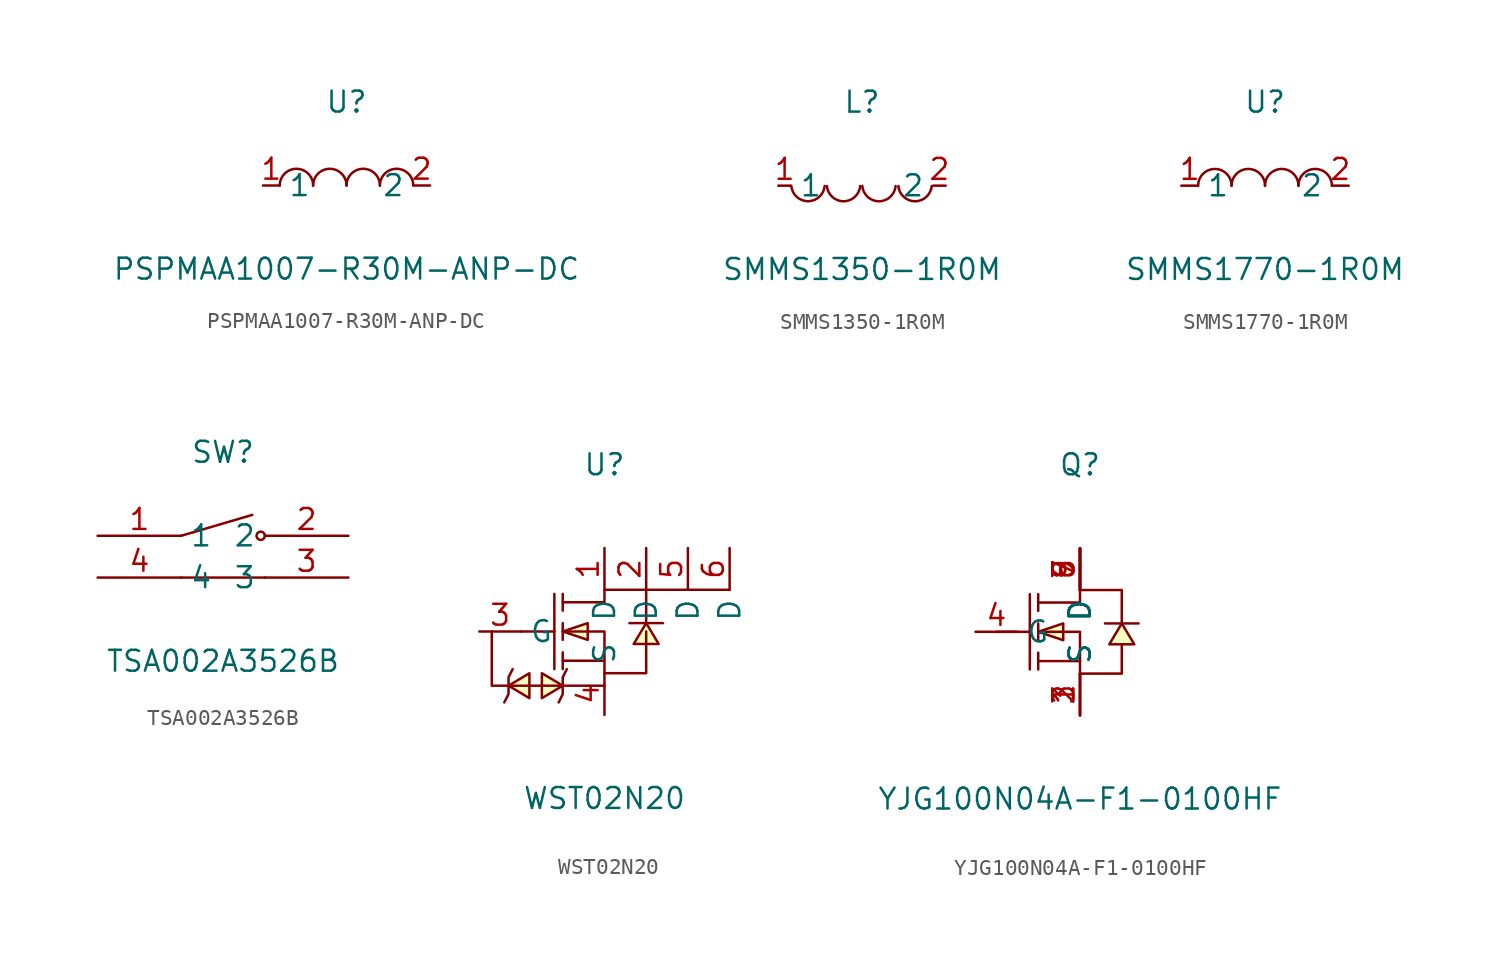
<source format=kicad_sym>
(kicad_symbol_lib
  (version 20211014)
  (generator https://github.com/uPesy/easyeda2kicad.py)
  (symbol "PSPMAA1007-R30M-ANP-DC"
    (property "Reference" "U"
      (at 0 5.08 0)
      (effects (font (size 1.27 1.27))))
    (property "Value" "PSPMAA1007-R30M-ANP-DC"
      (at 0 -5.08 0)
      (effects (font (size 1.27 1.27))))
    (symbol "PSPMAA1007-R30M-ANP-DC_0_1"
      (arc (start -4.06 -0.01) (mid -2.83 0.99) (end -2.03 0.01) (stroke (width 0) (type default) (color 0 0 0 0)) (fill (type none)))
      (arc (start -2.03 -0.01) (mid -0.80 0.99) (end 0.00 0.01) (stroke (width 0) (type default) (color 0 0 0 0)) (fill (type none)))
      (arc (start 2.03 -0.01) (mid 3.26 0.99) (end 4.06 0.01) (stroke (width 0) (type default) (color 0 0 0 0)) (fill (type none)))
      (arc (start 0.00 -0.01) (mid 1.23 0.99) (end 2.03 0.01) (stroke (width 0) (type default) (color 0 0 0 0)) (fill (type none)))
      (pin unspecified line (at 5.08 -0.00 180) (length 1.016) (name "2" (effects (font (size 1.27 1.27)))) (number "2" (effects (font (size 1.27 1.27)))))
      (pin unspecified line (at -5.08 -0.00 0) (length 1.016) (name "1" (effects (font (size 1.27 1.27)))) (number "1" (effects (font (size 1.27 1.27)))))))
  (symbol "SMMS1350-1R0M"
    (property "Reference" "L"
      (at 0 5.08 0)
      (effects (font (size 1.27 1.27))))
    (property "Value" "SMMS1350-1R0M"
      (at 0 -5.08 0)
      (effects (font (size 1.27 1.27))))
    (symbol "SMMS1350-1R0M_0_1"
      (arc (start -4.29 -0.02) (mid -2.81 -1.01) (end -2.27 -0.02) (stroke (width 0) (type default) (color 0 0 0 0)) (fill (type none)))
      (arc (start -2.13 -0.02) (mid -0.66 -1.01) (end -0.11 -0.02) (stroke (width 0) (type default) (color 0 0 0 0)) (fill (type none)))
      (arc (start 0.02 -0.02) (mid 1.49 -1.01) (end 2.04 -0.02) (stroke (width 0) (type default) (color 0 0 0 0)) (fill (type none)))
      (arc (start 2.21 -0.02) (mid 3.68 -1.01) (end 4.23 -0.02) (stroke (width 0) (type default) (color 0 0 0 0)) (fill (type none)))
      (pin unspecified line (at 5.08 -0.00 180) (length 0.762) (name "2" (effects (font (size 1.27 1.27)))) (number "2" (effects (font (size 1.27 1.27)))))
      (pin unspecified line (at -5.08 -0.00 0) (length 0.762) (name "1" (effects (font (size 1.27 1.27)))) (number "1" (effects (font (size 1.27 1.27)))))))
  (symbol "SMMS1770-1R0M"
    (property "Reference" "U"
      (at 0 5.08 0)
      (effects (font (size 1.27 1.27))))
    (property "Value" "SMMS1770-1R0M"
      (at 0 -5.08 0)
      (effects (font (size 1.27 1.27))))
    (symbol "SMMS1770-1R0M_0_1"
      (arc (start -4.06 -0.01) (mid -2.83 0.99) (end -2.03 0.01) (stroke (width 0) (type default) (color 0 0 0 0)) (fill (type none)))
      (arc (start -2.03 -0.01) (mid -0.80 0.99) (end 0.00 0.01) (stroke (width 0) (type default) (color 0 0 0 0)) (fill (type none)))
      (arc (start 2.03 -0.01) (mid 3.26 0.99) (end 4.06 0.01) (stroke (width 0) (type default) (color 0 0 0 0)) (fill (type none)))
      (arc (start 0.00 -0.01) (mid 1.23 0.99) (end 2.03 0.01) (stroke (width 0) (type default) (color 0 0 0 0)) (fill (type none)))
      (pin unspecified line (at 5.08 -0.00 180) (length 1.016) (name "2" (effects (font (size 1.27 1.27)))) (number "2" (effects (font (size 1.27 1.27)))))
      (pin unspecified line (at -5.08 -0.00 0) (length 1.016) (name "1" (effects (font (size 1.27 1.27)))) (number "1" (effects (font (size 1.27 1.27)))))))
  (symbol "TSA002A3526B"
    (property "Reference" "SW"
      (at 0 5.08 0)
      (effects (font (size 1.27 1.27))))
    (property "Value" "TSA002A3526B"
      (at 0 -7.62 0)
      (effects (font (size 1.27 1.27))))
    (symbol "TSA002A3526B_0_1"
      (circle (center 2.29 -0.00) (radius 0.25) (stroke (width 0) (type default) (color 0 0 0 0)) (fill (type none)))
      (polyline (pts (xy -2.54 -0.00) (xy 1.78 1.27)) (stroke (width 0) (type default) (color 0 0 0 0)) (fill (type none)))
      (polyline (pts (xy 2.54 -2.54) (xy -2.54 -2.54)) (stroke (width 0) (type default) (color 0 0 0 0)) (fill (type none)))
      (pin unspecified line (at -7.62 -2.54 0) (length 5.08) (name "4" (effects (font (size 1.27 1.27)))) (number "4" (effects (font (size 1.27 1.27)))))
      (pin unspecified line (at 7.62 -2.54 180) (length 5.08) (name "3" (effects (font (size 1.27 1.27)))) (number "3" (effects (font (size 1.27 1.27)))))
      (pin unspecified line (at 7.62 -0.00 180) (length 5.08) (name "2" (effects (font (size 1.27 1.27)))) (number "2" (effects (font (size 1.27 1.27)))))
      (pin unspecified line (at -7.62 -0.00 0) (length 5.08) (name "1" (effects (font (size 1.27 1.27)))) (number "1" (effects (font (size 1.27 1.27)))))))
  (symbol "WST02N20"
    (property "Reference" "U"
      (at 0 10.16 0)
      (effects (font (size 1.27 1.27))))
    (property "Value" "WST02N20"
      (at 0 -10.16 0)
      (effects (font (size 1.27 1.27))))
    (symbol "WST02N20_0_1"
      (polyline (pts (xy -6.86 -0.00) (xy -6.86 -3.30) (xy -4.57 -3.30) (xy 0.00 -3.30)) (stroke (width 0) (type default) (color 0 0 0 0)) (fill (type none)))
      (polyline (pts (xy -2.54 1.78) (xy 0.00 1.78) (xy 0.00 2.54) (xy 2.54 2.54) (xy 7.62 2.54) (xy 2.54 2.54) (xy 2.54 0.51)) (stroke (width 0) (type default) (color 0 0 0 0)) (fill (type none)))
      (polyline (pts (xy -2.54 -0.00) (xy 0.00 -0.00) (xy 0.00 -2.54) (xy 2.54 -2.54) (xy 2.54 -2.54) (xy 2.54 -0.00)) (stroke (width 0) (type default) (color 0 0 0 0)) (fill (type none)))
      (polyline (pts (xy 0.00 -1.78) (xy -2.54 -1.78)) (stroke (width 0) (type default) (color 0 0 0 0)) (fill (type none)))
      (polyline (pts (xy -3.05 2.29) (xy -3.05 -2.29)) (stroke (width 0) (type default) (color 0 0 0 0)) (fill (type none)))
      (polyline (pts (xy -2.54 2.29) (xy -2.54 1.27)) (stroke (width 0) (type default) (color 0 0 0 0)) (fill (type none)))
      (polyline (pts (xy -2.54 -0.51) (xy -2.54 0.51)) (stroke (width 0) (type default) (color 0 0 0 0)) (fill (type none)))
      (polyline (pts (xy -2.54 -2.29) (xy -2.54 -1.27)) (stroke (width 0) (type default) (color 0 0 0 0)) (fill (type none)))
      (polyline (pts (xy -5.08 -0.00) (xy -3.05 -0.00)) (stroke (width 0) (type default) (color 0 0 0 0)) (fill (type none)))
      (polyline (pts (xy 3.56 0.51) (xy 3.05 0.51) (xy 2.03 0.51) (xy 1.52 0.51)) (stroke (width 0) (type default) (color 0 0 0 0)) (fill (type none)))
      (polyline (pts (xy -6.10 -4.32) (xy -5.84 -3.81) (xy -5.84 -2.79) (xy -5.59 -2.29)) (stroke (width 0) (type default) (color 0 0 0 0)) (fill (type none)))
      (polyline (pts (xy -2.79 -4.32) (xy -2.54 -3.81) (xy -2.54 -2.79) (xy -2.29 -2.29)) (stroke (width 0) (type default) (color 0 0 0 0)) (fill (type none)))
      (polyline (pts (xy -2.54 -3.30) (xy -3.81 -4.06) (xy -3.81 -2.54) (xy -2.54 -3.30)) (stroke (width 0) (type default) (color 0 0 0 0)) (fill (type background)))
      (polyline (pts (xy -5.84 -3.30) (xy -4.57 -2.54) (xy -4.57 -4.06) (xy -5.84 -3.30)) (stroke (width 0) (type default) (color 0 0 0 0)) (fill (type background)))
      (polyline (pts (xy -2.54 -0.00) (xy -1.02 -0.51) (xy -1.02 0.51) (xy -2.54 -0.00)) (stroke (width 0) (type default) (color 0 0 0 0)) (fill (type background)))
      (polyline (pts (xy 2.54 0.51) (xy 1.78 -0.76) (xy 3.30 -0.76) (xy 2.54 0.51)) (stroke (width 0) (type default) (color 0 0 0 0)) (fill (type background)))
      (pin unspecified line (at 0.00 5.08 270) (length 2.54) (name "D" (effects (font (size 1.27 1.27)))) (number "1" (effects (font (size 1.27 1.27)))))
      (pin unspecified line (at -7.62 -0.00 0) (length 2.54) (name "G" (effects (font (size 1.27 1.27)))) (number "3" (effects (font (size 1.27 1.27)))))
      (pin unspecified line (at 0.00 -5.08 90) (length 2.54) (name "S" (effects (font (size 1.27 1.27)))) (number "4" (effects (font (size 1.27 1.27)))))
      (pin unspecified line (at 2.54 5.08 270) (length 2.54) (name "D" (effects (font (size 1.27 1.27)))) (number "2" (effects (font (size 1.27 1.27)))))
      (pin unspecified line (at 5.08 5.08 270) (length 2.54) (name "D" (effects (font (size 1.27 1.27)))) (number "5" (effects (font (size 1.27 1.27)))))
      (pin unspecified line (at 7.62 5.08 270) (length 2.54) (name "D" (effects (font (size 1.27 1.27)))) (number "6" (effects (font (size 1.27 1.27)))))))
  (symbol "YJG100N04A-F1-0100HF"
    (property "Reference" "Q"
      (at 0 10.16 0)
      (effects (font (size 1.27 1.27))))
    (property "Value" "YJG100N04A-F1-0100HF"
      (at 0 -10.16 0)
      (effects (font (size 1.27 1.27))))
    (symbol "YJG100N04A-F1-0100HF_0_1"
      (polyline (pts (xy 3.56 0.51) (xy 3.05 0.51) (xy 2.03 0.51) (xy 1.52 0.51)) (stroke (width 0) (type default) (color 0 0 0 0)) (fill (type none)))
      (polyline (pts (xy -5.08 -0.00) (xy -3.05 -0.00)) (stroke (width 0) (type default) (color 0 0 0 0)) (fill (type none)))
      (polyline (pts (xy -2.54 -2.29) (xy -2.54 -1.27)) (stroke (width 0) (type default) (color 0 0 0 0)) (fill (type none)))
      (polyline (pts (xy -2.54 -0.51) (xy -2.54 0.51)) (stroke (width 0) (type default) (color 0 0 0 0)) (fill (type none)))
      (polyline (pts (xy -2.54 2.29) (xy -2.54 1.27)) (stroke (width 0) (type default) (color 0 0 0 0)) (fill (type none)))
      (polyline (pts (xy -3.05 2.29) (xy -3.05 -2.29)) (stroke (width 0) (type default) (color 0 0 0 0)) (fill (type none)))
      (polyline (pts (xy 0.00 -1.78) (xy -2.54 -1.78)) (stroke (width 0) (type default) (color 0 0 0 0)) (fill (type none)))
      (polyline (pts (xy -2.54 -0.00) (xy 0.00 -0.00) (xy 0.00 -2.54) (xy 2.54 -2.54) (xy 2.54 -0.76)) (stroke (width 0) (type default) (color 0 0 0 0)) (fill (type none)))
      (polyline (pts (xy -2.54 1.78) (xy 0.00 1.78) (xy 0.00 2.54) (xy 2.54 2.54) (xy 2.54 0.51)) (stroke (width 0) (type default) (color 0 0 0 0)) (fill (type none)))
      (polyline (pts (xy 2.54 0.51) (xy 1.78 -0.76) (xy 3.30 -0.76) (xy 2.54 0.51)) (stroke (width 0) (type default) (color 0 0 0 0)) (fill (type background)))
      (polyline (pts (xy -2.54 -0.00) (xy -1.02 -0.51) (xy -1.02 0.51) (xy -2.54 -0.00)) (stroke (width 0) (type default) (color 0 0 0 0)) (fill (type background)))
      (pin unspecified line (at 0.00 5.08 270) (length 2.54) (name "D" (effects (font (size 1.27 1.27)))) (number "9" (effects (font (size 1.27 1.27)))))
      (pin unspecified line (at 0.00 5.08 270) (length 2.54) (name "D" (effects (font (size 1.27 1.27)))) (number "8" (effects (font (size 1.27 1.27)))))
      (pin unspecified line (at 0.00 5.08 270) (length 2.54) (name "D" (effects (font (size 1.27 1.27)))) (number "7" (effects (font (size 1.27 1.27)))))
      (pin unspecified line (at 0.00 5.08 270) (length 2.54) (name "D" (effects (font (size 1.27 1.27)))) (number "6" (effects (font (size 1.27 1.27)))))
      (pin unspecified line (at 0.00 -5.08 90) (length 2.54) (name "S" (effects (font (size 1.27 1.27)))) (number "3" (effects (font (size 1.27 1.27)))))
      (pin unspecified line (at 0.00 -5.08 90) (length 2.54) (name "S" (effects (font (size 1.27 1.27)))) (number "1" (effects (font (size 1.27 1.27)))))
      (pin unspecified line (at -6.35 -0.00 0) (length 2.54) (name "G" (effects (font (size 1.27 1.27)))) (number "4" (effects (font (size 1.27 1.27)))))
      (pin unspecified line (at 0.00 5.08 270) (length 2.54) (name "D" (effects (font (size 1.27 1.27)))) (number "5" (effects (font (size 1.27 1.27)))))
      (pin unspecified line (at 0.00 -5.08 90) (length 2.54) (name "S" (effects (font (size 1.27 1.27)))) (number "2" (effects (font (size 1.27 1.27))))))))
</source>
